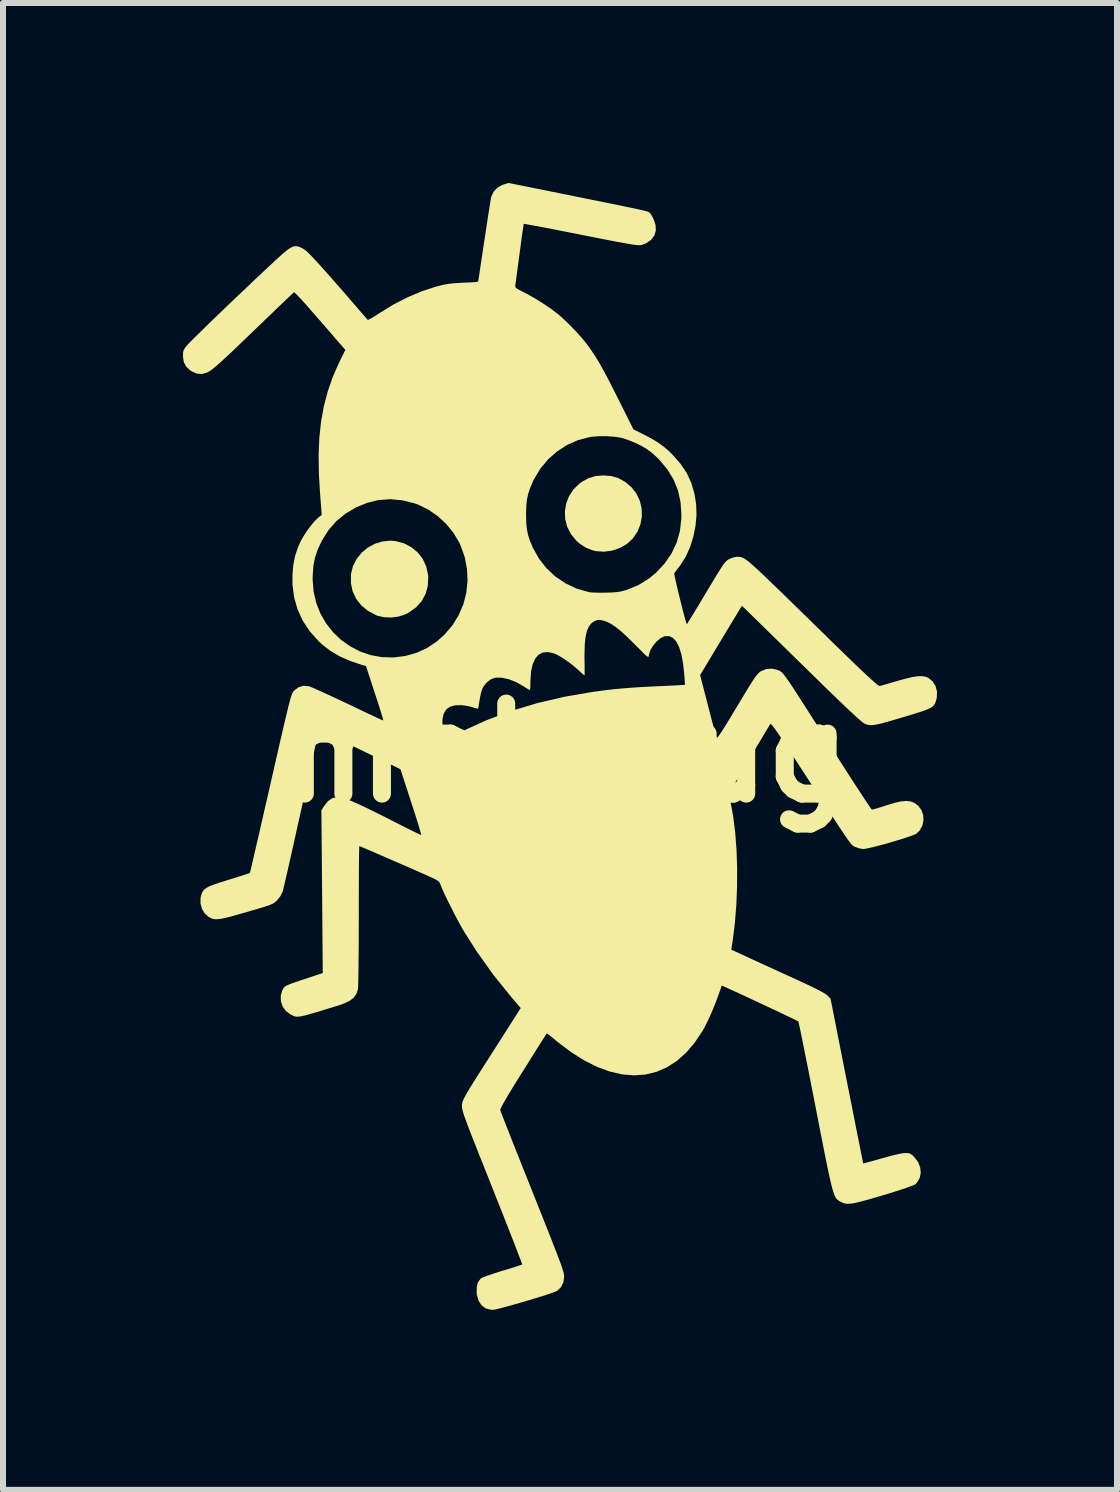
<source format=kicad_pcb>
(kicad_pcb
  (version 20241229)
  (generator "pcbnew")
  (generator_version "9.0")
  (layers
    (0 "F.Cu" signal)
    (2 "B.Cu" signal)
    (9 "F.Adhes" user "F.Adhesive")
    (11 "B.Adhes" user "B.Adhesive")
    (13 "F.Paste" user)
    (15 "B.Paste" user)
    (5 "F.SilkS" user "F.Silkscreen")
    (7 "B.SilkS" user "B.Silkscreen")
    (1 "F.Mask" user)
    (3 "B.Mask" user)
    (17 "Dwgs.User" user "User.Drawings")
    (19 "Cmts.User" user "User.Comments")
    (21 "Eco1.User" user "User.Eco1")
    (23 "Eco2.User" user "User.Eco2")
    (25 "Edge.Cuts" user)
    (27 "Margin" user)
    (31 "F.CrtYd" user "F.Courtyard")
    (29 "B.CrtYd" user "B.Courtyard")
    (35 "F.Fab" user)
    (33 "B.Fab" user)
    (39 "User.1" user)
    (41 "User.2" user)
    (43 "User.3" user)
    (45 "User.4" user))
  (footprint "mot_bug"
    (layer "F.Cu")
    (at 6.388 9.5)
    (property "Reference" "mot_bug" (at 0 0 0) (layer "F.SilkS") (effects (font (size 1.5 1.5) (thickness 0.3))))
    (attr board_only exclude_from_pos_files exclude_from_bom)
    (fp_poly (pts (xy -2.844 -3.531) (xy -2.704 -3.493) (xy -2.58 -3.428) (xy -2.475 -3.341) (xy -2.392 -3.234) (xy -2.334 -3.109) (xy -2.303 -2.971) (xy -2.3 -2.932) (xy -2.307 -2.785) (xy -2.344 -2.65) (xy -2.409 -2.53) (xy -2.502 -2.427) (xy -2.621 -2.341) (xy -2.685 -2.308) (xy -2.792 -2.273) (xy -2.911 -2.257) (xy -3.031 -2.261) (xy -3.14 -2.284) (xy -3.168 -2.295) (xy -3.305 -2.368) (xy -3.417 -2.46) (xy -3.502 -2.569) (xy -3.56 -2.693) (xy -3.589 -2.83) (xy -3.587 -2.977) (xy -3.586 -2.988) (xy -3.554 -3.116) (xy -3.494 -3.233) (xy -3.412 -3.335) (xy -3.311 -3.42) (xy -3.194 -3.484) (xy -3.068 -3.524) (xy -2.935 -3.538)) (stroke (width 0) (type solid)) (fill yes) (layer "F.SilkS"))
    (fp_poly (pts (xy 0.75 -4.615) (xy 0.865 -4.582) (xy 0.975 -4.522) (xy 0.981 -4.519) (xy 1.088 -4.429) (xy 1.17 -4.323) (xy 1.227 -4.203) (xy 1.257 -4.075) (xy 1.261 -3.943) (xy 1.238 -3.812) (xy 1.187 -3.686) (xy 1.108 -3.571) (xy 1.107 -3.57) (xy 1.012 -3.483) (xy 0.897 -3.417) (xy 0.769 -3.373) (xy 0.636 -3.354) (xy 0.504 -3.362) (xy 0.449 -3.374) (xy 0.331 -3.419) (xy 0.228 -3.485) (xy 0.165 -3.541) (xy 0.077 -3.65) (xy 0.016 -3.77) (xy -0.017 -3.897) (xy -0.022 -4.027) (xy -0.001 -4.156) (xy 0.046 -4.278) (xy 0.119 -4.39) (xy 0.217 -4.486) (xy 0.262 -4.519) (xy 0.372 -4.579) (xy 0.486 -4.614) (xy 0.615 -4.625) (xy 0.621 -4.625)) (stroke (width 0) (type solid)) (fill yes) (layer "F.SilkS"))
    (fp_poly (pts (xy 0.107 -9.285) (xy 0.337 -9.238) (xy 0.537 -9.198) (xy 0.709 -9.163) (xy 0.855 -9.133) (xy 0.978 -9.108) (xy 1.08 -9.087) (xy 1.162 -9.07) (xy 1.228 -9.055) (xy 1.278 -9.044) (xy 1.316 -9.034) (xy 1.344 -9.027) (xy 1.362 -9.021) (xy 1.375 -9.015) (xy 1.384 -9.01) (xy 1.389 -9.006) (xy 1.409 -8.981) (xy 1.436 -8.938) (xy 1.454 -8.903) (xy 1.489 -8.802) (xy 1.494 -8.708) (xy 1.469 -8.623) (xy 1.415 -8.552) (xy 1.335 -8.496) (xy 1.259 -8.467) (xy 1.242 -8.464) (xy 1.221 -8.463) (xy 1.193 -8.464) (xy 1.156 -8.467) (xy 1.106 -8.474) (xy 1.042 -8.484) (xy 0.96 -8.499) (xy 0.859 -8.517) (xy 0.735 -8.541) (xy 0.586 -8.57) (xy 0.41 -8.605) (xy 0.246 -8.637) (xy 0.075 -8.671) (xy -0.087 -8.703) (xy -0.235 -8.732) (xy -0.369 -8.758) (xy -0.484 -8.78) (xy -0.578 -8.797) (xy -0.649 -8.81) (xy -0.693 -8.818) (xy -0.707 -8.819) (xy -0.711 -8.802) (xy -0.718 -8.757) (xy -0.728 -8.687) (xy -0.741 -8.597) (xy -0.755 -8.49) (xy -0.771 -8.371) (xy -0.777 -8.325) (xy -0.794 -8.201) (xy -0.809 -8.085) (xy -0.823 -7.983) (xy -0.834 -7.898) (xy -0.843 -7.836) (xy -0.848 -7.8) (xy -0.849 -7.795) (xy -0.85 -7.771) (xy -0.838 -7.751) (xy -0.807 -7.73) (xy -0.763 -7.708) (xy -0.636 -7.642) (xy -0.502 -7.565) (xy -0.369 -7.481) (xy -0.246 -7.397) (xy -0.142 -7.318) (xy -0.123 -7.302) (xy -0.03 -7.219) (xy 0.071 -7.121) (xy 0.171 -7.016) (xy 0.262 -6.915) (xy 0.321 -6.843) (xy 0.376 -6.77) (xy 0.428 -6.696) (xy 0.479 -6.62) (xy 0.531 -6.536) (xy 0.586 -6.441) (xy 0.646 -6.331) (xy 0.714 -6.202) (xy 0.791 -6.05) (xy 0.866 -5.902) (xy 1.12 -5.394) (xy 1.287 -5.31) (xy 1.421 -5.24) (xy 1.531 -5.173) (xy 1.626 -5.104) (xy 1.715 -5.028) (xy 1.767 -4.977) (xy 1.903 -4.823) (xy 2.009 -4.665) (xy 2.087 -4.497) (xy 2.139 -4.314) (xy 2.166 -4.143) (xy 2.172 -3.966) (xy 2.155 -3.782) (xy 2.118 -3.599) (xy 2.062 -3.424) (xy 1.989 -3.264) (xy 1.901 -3.126) (xy 1.883 -3.102) (xy 1.845 -3.055) (xy 1.816 -3.016) (xy 1.801 -2.996) (xy 1.802 -2.977) (xy 1.811 -2.932) (xy 1.825 -2.865) (xy 1.844 -2.782) (xy 1.866 -2.688) (xy 1.891 -2.588) (xy 1.916 -2.487) (xy 1.94 -2.39) (xy 1.963 -2.303) (xy 1.983 -2.23) (xy 1.998 -2.177) (xy 2.008 -2.148) (xy 2.01 -2.145) (xy 2.019 -2.157) (xy 2.042 -2.195) (xy 2.079 -2.253) (xy 2.126 -2.33) (xy 2.182 -2.422) (xy 2.244 -2.526) (xy 2.28 -2.586) (xy 2.368 -2.733) (xy 2.441 -2.854) (xy 2.5 -2.952) (xy 2.549 -3.03) (xy 2.587 -3.091) (xy 2.618 -3.137) (xy 2.644 -3.17) (xy 2.665 -3.193) (xy 2.683 -3.21) (xy 2.702 -3.222) (xy 2.721 -3.232) (xy 2.728 -3.235) (xy 2.781 -3.256) (xy 2.831 -3.268) (xy 2.845 -3.269) (xy 2.868 -3.269) (xy 2.889 -3.268) (xy 2.91 -3.264) (xy 2.933 -3.257) (xy 2.959 -3.245) (xy 2.989 -3.226) (xy 3.025 -3.2) (xy 3.069 -3.164) (xy 3.122 -3.118) (xy 3.185 -3.06) (xy 3.261 -2.99) (xy 3.351 -2.904) (xy 3.456 -2.803) (xy 3.578 -2.685) (xy 3.718 -2.548) (xy 3.879 -2.391) (xy 4.061 -2.214) (xy 4.104 -2.171) (xy 4.293 -1.987) (xy 4.459 -1.824) (xy 4.605 -1.682) (xy 4.732 -1.559) (xy 4.841 -1.454) (xy 4.933 -1.366) (xy 5.01 -1.294) (xy 5.073 -1.236) (xy 5.123 -1.191) (xy 5.162 -1.157) (xy 5.19 -1.135) (xy 5.211 -1.121) (xy 5.223 -1.116) (xy 5.227 -1.116) (xy 5.254 -1.123) (xy 5.307 -1.138) (xy 5.379 -1.158) (xy 5.463 -1.183) (xy 5.525 -1.201) (xy 5.662 -1.239) (xy 5.773 -1.265) (xy 5.863 -1.278) (xy 5.935 -1.279) (xy 5.994 -1.269) (xy 6.041 -1.248) (xy 6.11 -1.19) (xy 6.158 -1.112) (xy 6.181 -1.021) (xy 6.178 -0.925) (xy 6.171 -0.893) (xy 6.159 -0.853) (xy 6.146 -0.82) (xy 6.127 -0.792) (xy 6.101 -0.768) (xy 6.062 -0.745) (xy 6.008 -0.721) (xy 5.936 -0.694) (xy 5.84 -0.664) (xy 5.719 -0.626) (xy 5.639 -0.602) (xy 5.491 -0.558) (xy 5.37 -0.523) (xy 5.273 -0.496) (xy 5.196 -0.478) (xy 5.135 -0.467) (xy 5.087 -0.463) (xy 5.048 -0.464) (xy 5.014 -0.472) (xy 4.981 -0.484) (xy 4.975 -0.487) (xy 4.954 -0.5) (xy 4.919 -0.527) (xy 4.871 -0.569) (xy 4.807 -0.627) (xy 4.727 -0.701) (xy 4.629 -0.794) (xy 4.513 -0.905) (xy 4.378 -1.035) (xy 4.223 -1.187) (xy 4.046 -1.36) (xy 3.917 -1.486) (xy 2.93 -2.453) (xy 2.886 -2.383) (xy 2.868 -2.353) (xy 2.835 -2.298) (xy 2.789 -2.223) (xy 2.734 -2.131) (xy 2.67 -2.026) (xy 2.601 -1.911) (xy 2.537 -1.805) (xy 2.232 -1.297) (xy 2.363 -0.791) (xy 2.395 -0.667) (xy 2.425 -0.551) (xy 2.452 -0.449) (xy 2.475 -0.365) (xy 2.492 -0.301) (xy 2.503 -0.264) (xy 2.506 -0.255) (xy 2.512 -0.253) (xy 2.526 -0.264) (xy 2.548 -0.292) (xy 2.579 -0.337) (xy 2.621 -0.402) (xy 2.675 -0.489) (xy 2.743 -0.6) (xy 2.825 -0.737) (xy 2.845 -0.769) (xy 2.929 -0.909) (xy 2.998 -1.024) (xy 3.055 -1.116) (xy 3.1 -1.188) (xy 3.137 -1.244) (xy 3.167 -1.285) (xy 3.192 -1.315) (xy 3.213 -1.337) (xy 3.233 -1.353) (xy 3.243 -1.359) (xy 3.333 -1.398) (xy 3.429 -1.405) (xy 3.527 -1.382) (xy 3.556 -1.369) (xy 3.569 -1.361) (xy 3.583 -1.351) (xy 3.599 -1.337) (xy 3.618 -1.317) (xy 3.64 -1.289) (xy 3.668 -1.251) (xy 3.703 -1.202) (xy 3.745 -1.14) (xy 3.796 -1.063) (xy 3.858 -0.968) (xy 3.93 -0.855) (xy 4.016 -0.722) (xy 4.115 -0.566) (xy 4.23 -0.387) (xy 4.351 -0.196) (xy 4.462 -0.022) (xy 4.569 0.145) (xy 4.669 0.301) (xy 4.762 0.446) (xy 4.847 0.576) (xy 4.921 0.689) (xy 4.984 0.785) (xy 5.034 0.86) (xy 5.07 0.912) (xy 5.09 0.94) (xy 5.095 0.944) (xy 5.117 0.941) (xy 5.164 0.929) (xy 5.23 0.909) (xy 5.308 0.884) (xy 5.336 0.875) (xy 5.468 0.834) (xy 5.577 0.809) (xy 5.665 0.801) (xy 5.739 0.808) (xy 5.801 0.832) (xy 5.858 0.872) (xy 5.866 0.88) (xy 5.92 0.951) (xy 5.95 1.036) (xy 5.955 1.126) (xy 5.935 1.215) (xy 5.892 1.293) (xy 5.838 1.346) (xy 5.806 1.362) (xy 5.748 1.384) (xy 5.669 1.411) (xy 5.576 1.441) (xy 5.472 1.472) (xy 5.365 1.504) (xy 5.259 1.533) (xy 5.159 1.559) (xy 5.072 1.58) (xy 5.003 1.595) (xy 4.958 1.602) (xy 4.952 1.602) (xy 4.896 1.594) (xy 4.834 1.574) (xy 4.814 1.565) (xy 4.803 1.56) (xy 4.792 1.555) (xy 4.783 1.55) (xy 4.773 1.542) (xy 4.76 1.531) (xy 4.746 1.514) (xy 4.727 1.49) (xy 4.703 1.457) (xy 4.673 1.414) (xy 4.635 1.36) (xy 4.589 1.291) (xy 4.534 1.208) (xy 4.468 1.107) (xy 4.391 0.989) (xy 4.3 0.851) (xy 4.196 0.691) (xy 4.077 0.508) (xy 3.942 0.3) (xy 3.846 0.152) (xy 3.746 -0.001) (xy 3.663 -0.129) (xy 3.594 -0.233) (xy 3.538 -0.316) (xy 3.494 -0.379) (xy 3.46 -0.425) (xy 3.436 -0.456) (xy 3.418 -0.474) (xy 3.407 -0.481) (xy 3.4 -0.478) (xy 3.399 -0.477) (xy 3.387 -0.458) (xy 3.36 -0.413) (xy 3.32 -0.346) (xy 3.269 -0.261) (xy 3.209 -0.161) (xy 3.141 -0.048) (xy 3.069 0.074) (xy 3.044 0.115) (xy 2.709 0.679) (xy 2.739 0.818) (xy 2.784 1.061) (xy 2.817 1.329) (xy 2.839 1.616) (xy 2.849 1.916) (xy 2.848 2.222) (xy 2.836 2.53) (xy 2.812 2.831) (xy 2.776 3.122) (xy 2.762 3.213) (xy 2.751 3.279) (xy 2.994 3.391) (xy 3.068 3.426) (xy 3.167 3.471) (xy 3.284 3.525) (xy 3.414 3.584) (xy 3.551 3.647) (xy 3.689 3.71) (xy 3.767 3.745) (xy 3.925 3.818) (xy 4.056 3.879) (xy 4.16 3.93) (xy 4.24 3.971) (xy 4.299 4.004) (xy 4.337 4.029) (xy 4.351 4.041) (xy 4.406 4.096) (xy 4.677 5.468) (xy 4.718 5.675) (xy 4.758 5.872) (xy 4.794 6.058) (xy 4.828 6.23) (xy 4.859 6.385) (xy 4.886 6.521) (xy 4.909 6.637) (xy 4.928 6.729) (xy 4.941 6.796) (xy 4.949 6.834) (xy 4.951 6.843) (xy 4.967 6.84) (xy 5.009 6.829) (xy 5.073 6.811) (xy 5.154 6.789) (xy 5.247 6.762) (xy 5.263 6.758) (xy 5.38 6.725) (xy 5.484 6.699) (xy 5.569 6.68) (xy 5.631 6.67) (xy 5.653 6.669) (xy 5.701 6.671) (xy 5.737 6.682) (xy 5.772 6.708) (xy 5.803 6.738) (xy 5.865 6.819) (xy 5.9 6.908) (xy 5.91 6.998) (xy 5.892 7.085) (xy 5.847 7.162) (xy 5.824 7.187) (xy 5.798 7.202) (xy 5.745 7.223) (xy 5.67 7.25) (xy 5.577 7.281) (xy 5.472 7.315) (xy 5.359 7.35) (xy 5.242 7.385) (xy 5.127 7.419) (xy 5.018 7.45) (xy 4.919 7.476) (xy 4.837 7.496) (xy 4.774 7.51) (xy 4.747 7.513) (xy 4.682 7.516) (xy 4.631 7.507) (xy 4.588 7.488) (xy 4.565 7.476) (xy 4.545 7.465) (xy 4.527 7.453) (xy 4.51 7.437) (xy 4.494 7.416) (xy 4.479 7.387) (xy 4.463 7.349) (xy 4.447 7.3) (xy 4.429 7.237) (xy 4.41 7.158) (xy 4.388 7.063) (xy 4.363 6.948) (xy 4.335 6.812) (xy 4.303 6.652) (xy 4.267 6.467) (xy 4.225 6.255) (xy 4.178 6.014) (xy 4.157 5.905) (xy 4.116 5.695) (xy 4.076 5.493) (xy 4.039 5.303) (xy 4.004 5.127) (xy 3.972 4.967) (xy 3.943 4.826) (xy 3.919 4.705) (xy 3.899 4.607) (xy 3.883 4.535) (xy 3.873 4.49) (xy 3.869 4.475) (xy 3.853 4.467) (xy 3.81 4.446) (xy 3.745 4.414) (xy 3.662 4.375) (xy 3.565 4.328) (xy 3.456 4.277) (xy 3.34 4.223) (xy 3.221 4.167) (xy 3.102 4.111) (xy 2.987 4.057) (xy 2.879 4.008) (xy 2.784 3.964) (xy 2.703 3.927) (xy 2.703 3.927) (xy 2.594 3.877) (xy 2.541 4.027) (xy 2.485 4.178) (xy 2.423 4.328) (xy 2.36 4.467) (xy 2.299 4.587) (xy 2.27 4.637) (xy 2.139 4.834) (xy 1.996 5) (xy 1.843 5.135) (xy 1.679 5.241) (xy 1.505 5.316) (xy 1.322 5.361) (xy 1.132 5.375) (xy 0.934 5.359) (xy 0.729 5.312) (xy 0.518 5.235) (xy 0.302 5.127) (xy 0.082 4.988) (xy -0.143 4.819) (xy -0.225 4.75) (xy -0.27 4.713) (xy -0.306 4.686) (xy -0.324 4.676) (xy -0.325 4.676) (xy -0.335 4.691) (xy -0.36 4.731) (xy -0.399 4.792) (xy -0.451 4.873) (xy -0.512 4.971) (xy -0.582 5.082) (xy -0.658 5.204) (xy -0.719 5.301) (xy -0.821 5.463) (xy -0.905 5.6) (xy -0.973 5.712) (xy -1.025 5.802) (xy -1.063 5.869) (xy -1.087 5.917) (xy -1.099 5.946) (xy -1.099 5.955) (xy -1.092 5.975) (xy -1.074 6.023) (xy -1.045 6.097) (xy -1.007 6.195) (xy -0.96 6.314) (xy -0.906 6.452) (xy -0.845 6.607) (xy -0.777 6.777) (xy -0.705 6.959) (xy -0.628 7.151) (xy -0.563 7.314) (xy -0.47 7.548) (xy -0.388 7.754) (xy -0.317 7.933) (xy -0.255 8.088) (xy -0.204 8.221) (xy -0.16 8.333) (xy -0.125 8.426) (xy -0.096 8.503) (xy -0.074 8.565) (xy -0.058 8.615) (xy -0.046 8.654) (xy -0.039 8.684) (xy -0.035 8.708) (xy -0.034 8.727) (xy -0.034 8.728) (xy -0.047 8.823) (xy -0.086 8.904) (xy -0.149 8.965) (xy -0.151 8.966) (xy -0.181 8.98) (xy -0.238 9.001) (xy -0.317 9.028) (xy -0.413 9.059) (xy -0.52 9.092) (xy -0.635 9.127) (xy -0.752 9.161) (xy -0.866 9.194) (xy -0.973 9.224) (xy -1.068 9.249) (xy -1.145 9.269) (xy -1.2 9.28) (xy -1.224 9.284) (xy -1.284 9.276) (xy -1.34 9.259) (xy -1.346 9.256) (xy -1.414 9.205) (xy -1.462 9.129) (xy -1.489 9.032) (xy -1.493 8.99) (xy -1.491 8.898) (xy -1.472 8.827) (xy -1.433 8.771) (xy -1.42 8.758) (xy -1.395 8.745) (xy -1.345 8.725) (xy -1.273 8.7) (xy -1.186 8.671) (xy -1.088 8.64) (xy -1.066 8.633) (xy -0.968 8.604) (xy -0.882 8.577) (xy -0.811 8.554) (xy -0.761 8.538) (xy -0.736 8.529) (xy -0.734 8.528) (xy -0.738 8.512) (xy -0.754 8.467) (xy -0.781 8.397) (xy -0.817 8.304) (xy -0.861 8.188) (xy -0.914 8.054) (xy -0.973 7.903) (xy -1.038 7.737) (xy -1.109 7.558) (xy -1.184 7.37) (xy -1.235 7.24) (xy -1.325 7.013) (xy -1.404 6.815) (xy -1.473 6.642) (xy -1.531 6.494) (xy -1.581 6.368) (xy -1.622 6.262) (xy -1.655 6.174) (xy -1.681 6.102) (xy -1.702 6.044) (xy -1.717 5.998) (xy -1.727 5.962) (xy -1.734 5.934) (xy -1.737 5.911) (xy -1.738 5.892) (xy -1.738 5.875) (xy -1.738 5.87) (xy -1.735 5.849) (xy -1.732 5.828) (xy -1.724 5.804) (xy -1.712 5.776) (xy -1.695 5.74) (xy -1.669 5.694) (xy -1.635 5.635) (xy -1.591 5.562) (xy -1.535 5.472) (xy -1.466 5.363) (xy -1.382 5.232) (xy -1.283 5.076) (xy -1.244 5.015) (xy -0.758 4.253) (xy -0.92 4.064) (xy -1.214 3.7) (xy -1.492 3.309) (xy -1.7 2.982) (xy -1.745 2.905) (xy -1.797 2.81) (xy -1.854 2.703) (xy -1.911 2.59) (xy -1.967 2.479) (xy -2.017 2.376) (xy -2.058 2.287) (xy -2.087 2.218) (xy -2.091 2.206) (xy -2.103 2.177) (xy -2.115 2.154) (xy -2.135 2.135) (xy -2.166 2.115) (xy -2.214 2.091) (xy -2.284 2.059) (xy -2.334 2.036) (xy -2.447 1.987) (xy -2.568 1.933) (xy -2.694 1.878) (xy -2.821 1.823) (xy -2.946 1.769) (xy -3.064 1.717) (xy -3.173 1.67) (xy -3.269 1.629) (xy -3.348 1.595) (xy -3.406 1.57) (xy -3.441 1.556) (xy -3.449 1.553) (xy -3.45 1.569) (xy -3.451 1.615) (xy -3.453 1.688) (xy -3.454 1.787) (xy -3.455 1.907) (xy -3.456 2.048) (xy -3.456 2.205) (xy -3.457 2.378) (xy -3.457 2.562) (xy -3.457 2.717) (xy -3.458 2.911) (xy -3.458 3.097) (xy -3.459 3.271) (xy -3.461 3.432) (xy -3.462 3.576) (xy -3.464 3.7) (xy -3.466 3.802) (xy -3.468 3.88) (xy -3.471 3.929) (xy -3.473 3.946) (xy -3.499 4.02) (xy -3.543 4.081) (xy -3.609 4.132) (xy -3.7 4.176) (xy -3.798 4.21) (xy -3.961 4.26) (xy -4.096 4.302) (xy -4.206 4.335) (xy -4.295 4.36) (xy -4.364 4.378) (xy -4.419 4.39) (xy -4.461 4.396) (xy -4.493 4.397) (xy -4.52 4.393) (xy -4.545 4.384) (xy -4.569 4.373) (xy -4.597 4.358) (xy -4.597 4.358) (xy -4.674 4.301) (xy -4.728 4.226) (xy -4.756 4.14) (xy -4.758 4.048) (xy -4.732 3.957) (xy -4.716 3.927) (xy -4.703 3.909) (xy -4.684 3.893) (xy -4.657 3.876) (xy -4.615 3.858) (xy -4.555 3.835) (xy -4.472 3.807) (xy -4.371 3.773) (xy -4.058 3.669) (xy -4.069 2.313) (xy -4.081 0.956) (xy -4.031 0.879) (xy -3.968 0.801) (xy -3.898 0.755) (xy -3.817 0.736) (xy -3.799 0.736) (xy -3.759 0.74) (xy -3.706 0.754) (xy -3.637 0.779) (xy -3.55 0.815) (xy -3.443 0.862) (xy -3.315 0.923) (xy -3.163 0.998) (xy -2.985 1.087) (xy -2.854 1.154) (xy -2.746 1.209) (xy -2.646 1.259) (xy -2.56 1.302) (xy -2.491 1.335) (xy -2.443 1.358) (xy -2.418 1.367) (xy -2.416 1.367) (xy -2.419 1.351) (xy -2.432 1.307) (xy -2.452 1.238) (xy -2.479 1.15) (xy -2.512 1.045) (xy -2.55 0.927) (xy -2.586 0.816) (xy -2.763 0.272) (xy -3.441 -0.058) (xy -4.119 -0.388) (xy -4.139 -0.304) (xy -4.146 -0.275) (xy -4.159 -0.217) (xy -4.178 -0.132) (xy -4.202 -0.023) (xy -4.231 0.108) (xy -4.264 0.256) (xy -4.301 0.421) (xy -4.34 0.599) (xy -4.382 0.788) (xy -4.425 0.984) (xy -4.43 1.005) (xy -4.474 1.202) (xy -4.516 1.392) (xy -4.556 1.571) (xy -4.593 1.737) (xy -4.627 1.887) (xy -4.657 2.019) (xy -4.683 2.13) (xy -4.703 2.217) (xy -4.718 2.278) (xy -4.726 2.31) (xy -4.727 2.311) (xy -4.765 2.39) (xy -4.82 2.458) (xy -4.841 2.478) (xy -4.862 2.495) (xy -4.887 2.511) (xy -4.92 2.526) (xy -4.966 2.544) (xy -5.028 2.564) (xy -5.109 2.589) (xy -5.215 2.62) (xy -5.332 2.654) (xy -5.474 2.695) (xy -5.589 2.727) (xy -5.68 2.75) (xy -5.752 2.765) (xy -5.809 2.772) (xy -5.853 2.772) (xy -5.891 2.766) (xy -5.924 2.753) (xy -5.958 2.734) (xy -5.966 2.73) (xy -6.028 2.673) (xy -6.072 2.597) (xy -6.096 2.508) (xy -6.095 2.418) (xy -6.089 2.388) (xy -6.075 2.344) (xy -6.058 2.308) (xy -6.033 2.277) (xy -5.997 2.25) (xy -5.945 2.223) (xy -5.874 2.195) (xy -5.78 2.163) (xy -5.66 2.125) (xy -5.631 2.116) (xy -5.53 2.085) (xy -5.439 2.056) (xy -5.364 2.032) (xy -5.309 2.014) (xy -5.278 2.004) (xy -5.273 2.002) (xy -5.269 1.985) (xy -5.257 1.939) (xy -5.24 1.865) (xy -5.217 1.766) (xy -5.189 1.644) (xy -5.156 1.502) (xy -5.118 1.341) (xy -5.078 1.163) (xy -5.034 0.971) (xy -4.987 0.768) (xy -4.938 0.555) (xy -4.927 0.505) (xy -4.87 0.254) (xy -4.819 0.032) (xy -4.775 -0.161) (xy -4.736 -0.329) (xy -4.703 -0.472) (xy -4.674 -0.594) (xy -4.65 -0.695) (xy -4.63 -0.779) (xy -4.612 -0.846) (xy -4.598 -0.9) (xy -4.585 -0.941) (xy -4.574 -0.972) (xy -4.565 -0.995) (xy -4.556 -1.012) (xy -4.548 -1.024) (xy -4.539 -1.035) (xy -4.534 -1.04) (xy -4.46 -1.095) (xy -4.378 -1.119) (xy -4.289 -1.111) (xy -4.286 -1.11) (xy -4.256 -1.099) (xy -4.201 -1.076) (xy -4.123 -1.041) (xy -4.026 -0.997) (xy -3.915 -0.946) (xy -3.793 -0.889) (xy -3.663 -0.827) (xy -3.638 -0.816) (xy -3.51 -0.755) (xy -3.392 -0.698) (xy -3.286 -0.648) (xy -3.195 -0.606) (xy -3.124 -0.573) (xy -3.075 -0.55) (xy -3.051 -0.54) (xy -3.05 -0.539) (xy -3.051 -0.548) (xy -2.064 -0.548) (xy -2.062 -0.466) (xy -2.053 -0.398) (xy -2.039 -0.334) (xy -2.023 -0.28) (xy -2.006 -0.244) (xy -1.991 -0.232) (xy -1.989 -0.232) (xy -1.972 -0.241) (xy -1.93 -0.262) (xy -1.868 -0.293) (xy -1.793 -0.331) (xy -1.724 -0.365) (xy -1.328 -0.545) (xy -0.911 -0.701) (xy -0.475 -0.832) (xy -0.017 -0.938) (xy 0.462 -1.02) (xy 0.523 -1.028) (xy 0.66 -1.046) (xy 0.789 -1.061) (xy 0.917 -1.073) (xy 1.05 -1.084) (xy 1.195 -1.094) (xy 1.359 -1.103) (xy 1.549 -1.113) (xy 1.561 -1.113) (xy 1.674 -1.118) (xy 1.775 -1.123) (xy 1.861 -1.127) (xy 1.926 -1.131) (xy 1.967 -1.133) (xy 1.979 -1.134) (xy 1.979 -1.15) (xy 1.976 -1.192) (xy 1.972 -1.253) (xy 1.967 -1.316) (xy 1.947 -1.495) (xy 1.919 -1.646) (xy 1.881 -1.766) (xy 1.834 -1.857) (xy 1.779 -1.918) (xy 1.716 -1.947) (xy 1.644 -1.945) (xy 1.635 -1.943) (xy 1.571 -1.912) (xy 1.507 -1.857) (xy 1.449 -1.788) (xy 1.404 -1.713) (xy 1.379 -1.64) (xy 1.376 -1.62) (xy 1.374 -1.606) (xy 1.367 -1.601) (xy 1.352 -1.607) (xy 1.327 -1.626) (xy 1.289 -1.661) (xy 1.236 -1.715) (xy 1.163 -1.788) (xy 1.136 -1.815) (xy 1.018 -1.932) (xy 0.917 -2.025) (xy 0.829 -2.096) (xy 0.751 -2.149) (xy 0.679 -2.185) (xy 0.613 -2.206) (xy 0.56 -2.217) (xy 0.521 -2.215) (xy 0.481 -2.201) (xy 0.471 -2.196) (xy 0.418 -2.159) (xy 0.376 -2.104) (xy 0.344 -2.029) (xy 0.322 -1.93) (xy 0.309 -1.807) (xy 0.305 -1.655) (xy 0.305 -1.56) (xy 0.307 -1.47) (xy 0.307 -1.393) (xy 0.307 -1.334) (xy 0.306 -1.299) (xy 0.304 -1.291) (xy 0.291 -1.302) (xy 0.259 -1.329) (xy 0.215 -1.369) (xy 0.197 -1.386) (xy 0.115 -1.457) (xy 0.024 -1.526) (xy -0.066 -1.587) (xy -0.148 -1.634) (xy -0.205 -1.659) (xy -0.303 -1.681) (xy -0.388 -1.674) (xy -0.459 -1.638) (xy -0.516 -1.573) (xy -0.558 -1.481) (xy -0.585 -1.361) (xy -0.596 -1.215) (xy -0.597 -1.184) (xy -0.597 -1.122) (xy -0.6 -1.074) (xy -0.603 -1.048) (xy -0.604 -1.046) (xy -0.621 -1.054) (xy -0.657 -1.076) (xy -0.706 -1.107) (xy -0.712 -1.111) (xy -0.835 -1.18) (xy -0.956 -1.228) (xy -1.07 -1.253) (xy -1.172 -1.255) (xy -1.192 -1.252) (xy -1.259 -1.225) (xy -1.323 -1.175) (xy -1.376 -1.11) (xy -1.399 -1.068) (xy -1.416 -1.017) (xy -1.432 -0.948) (xy -1.445 -0.875) (xy -1.446 -0.872) (xy -1.455 -0.812) (xy -1.463 -0.765) (xy -1.469 -0.741) (xy -1.47 -0.739) (xy -1.488 -0.74) (xy -1.527 -0.75) (xy -1.556 -0.759) (xy -1.615 -0.775) (xy -1.689 -0.789) (xy -1.75 -0.796) (xy -1.858 -0.793) (xy -1.943 -0.767) (xy -2.006 -0.718) (xy -2.046 -0.644) (xy -2.064 -0.548) (xy -3.051 -0.548) (xy -3.052 -0.554) (xy -3.063 -0.596) (xy -3.083 -0.662) (xy -3.109 -0.747) (xy -3.141 -0.847) (xy -3.178 -0.959) (xy -3.189 -0.993) (xy -3.337 -1.447) (xy -3.409 -1.468) (xy -3.607 -1.535) (xy -3.778 -1.611) (xy -3.928 -1.699) (xy -4.062 -1.802) (xy -4.126 -1.861) (xy -4.275 -2.027) (xy -4.392 -2.205) (xy -4.479 -2.394) (xy -4.536 -2.596) (xy -4.563 -2.81) (xy -4.563 -2.893) (xy -4.227 -2.893) (xy -4.211 -2.691) (xy -4.167 -2.501) (xy -4.097 -2.322) (xy -4.002 -2.159) (xy -3.886 -2.012) (xy -3.752 -1.883) (xy -3.6 -1.776) (xy -3.435 -1.69) (xy -3.258 -1.63) (xy -3.071 -1.596) (xy -2.877 -1.591) (xy -2.681 -1.616) (xy -2.489 -1.67) (xy -2.315 -1.751) (xy -2.153 -1.861) (xy -2.028 -1.973) (xy -1.896 -2.127) (xy -1.792 -2.297) (xy -1.714 -2.479) (xy -1.665 -2.67) (xy -1.645 -2.867) (xy -1.654 -3.066) (xy -1.692 -3.265) (xy -1.761 -3.458) (xy -1.783 -3.506) (xy -1.879 -3.667) (xy -1.999 -3.815) (xy -2.14 -3.946) (xy -2.178 -3.972) (xy -0.669 -3.972) (xy -0.666 -3.841) (xy -0.656 -3.733) (xy -0.637 -3.636) (xy -0.606 -3.54) (xy -0.562 -3.435) (xy -0.556 -3.421) (xy -0.455 -3.24) (xy -0.329 -3.079) (xy -0.182 -2.941) (xy -0.014 -2.828) (xy 0.171 -2.74) (xy 0.373 -2.681) (xy 0.376 -2.68) (xy 0.417 -2.675) (xy 0.482 -2.672) (xy 0.563 -2.67) (xy 0.651 -2.671) (xy 0.662 -2.671) (xy 0.762 -2.674) (xy 0.838 -2.68) (xy 0.901 -2.689) (xy 0.96 -2.703) (xy 1.013 -2.719) (xy 1.203 -2.797) (xy 1.374 -2.902) (xy 1.498 -3.004) (xy 1.643 -3.16) (xy 1.757 -3.327) (xy 1.841 -3.506) (xy 1.895 -3.697) (xy 1.919 -3.901) (xy 1.92 -3.972) (xy 1.906 -4.181) (xy 1.863 -4.375) (xy 1.79 -4.556) (xy 1.687 -4.725) (xy 1.554 -4.884) (xy 1.497 -4.94) (xy 1.417 -5.011) (xy 1.34 -5.067) (xy 1.254 -5.117) (xy 1.198 -5.146) (xy 1.115 -5.183) (xy 1.028 -5.217) (xy 0.95 -5.244) (xy 0.91 -5.254) (xy 0.8 -5.271) (xy 0.673 -5.279) (xy 0.542 -5.279) (xy 0.423 -5.269) (xy 0.383 -5.263) (xy 0.193 -5.212) (xy 0.013 -5.132) (xy -0.152 -5.025) (xy -0.301 -4.894) (xy -0.429 -4.741) (xy -0.533 -4.569) (xy -0.555 -4.525) (xy -0.601 -4.417) (xy -0.633 -4.321) (xy -0.654 -4.225) (xy -0.665 -4.119) (xy -0.669 -3.993) (xy -0.669 -3.972) (xy -2.178 -3.972) (xy -2.296 -4.054) (xy -2.462 -4.136) (xy -2.532 -4.161) (xy -2.735 -4.211) (xy -2.933 -4.229) (xy -3.126 -4.215) (xy -3.316 -4.169) (xy -3.498 -4.095) (xy -3.676 -3.99) (xy -3.832 -3.863) (xy -3.964 -3.712) (xy -4.072 -3.539) (xy -4.076 -3.531) (xy -4.142 -3.39) (xy -4.187 -3.256) (xy -4.214 -3.12) (xy -4.225 -2.968) (xy -4.227 -2.893) (xy -4.563 -2.893) (xy -4.563 -2.967) (xy -4.549 -3.132) (xy -4.521 -3.278) (xy -4.475 -3.417) (xy -4.425 -3.53) (xy -4.379 -3.612) (xy -4.321 -3.701) (xy -4.257 -3.787) (xy -4.194 -3.862) (xy -4.137 -3.918) (xy -4.128 -3.926) (xy -4.075 -3.967) (xy -4.103 -4.324) (xy -4.123 -4.658) (xy -4.127 -4.967) (xy -4.115 -5.254) (xy -4.086 -5.524) (xy -4.04 -5.778) (xy -3.976 -6.022) (xy -3.894 -6.26) (xy -3.792 -6.493) (xy -3.764 -6.551) (xy -3.681 -6.719) (xy -3.714 -6.755) (xy -3.734 -6.778) (xy -3.772 -6.822) (xy -3.824 -6.881) (xy -3.886 -6.953) (xy -3.954 -7.032) (xy -3.972 -7.053) (xy -4.111 -7.213) (xy -4.23 -7.349) (xy -4.328 -7.461) (xy -4.407 -7.549) (xy -4.467 -7.614) (xy -4.508 -7.656) (xy -4.532 -7.676) (xy -4.537 -7.678) (xy -4.55 -7.667) (xy -4.585 -7.634) (xy -4.639 -7.583) (xy -4.709 -7.517) (xy -4.794 -7.436) (xy -4.89 -7.343) (xy -4.996 -7.242) (xy -5.109 -7.132) (xy -5.118 -7.124) (xy -5.274 -6.974) (xy -5.408 -6.845) (xy -5.523 -6.735) (xy -5.62 -6.643) (xy -5.702 -6.567) (xy -5.769 -6.506) (xy -5.825 -6.456) (xy -5.871 -6.418) (xy -5.909 -6.388) (xy -5.94 -6.366) (xy -5.968 -6.35) (xy -5.987 -6.34) (xy -6.073 -6.315) (xy -6.16 -6.323) (xy -6.248 -6.362) (xy -6.266 -6.375) (xy -6.333 -6.437) (xy -6.373 -6.51) (xy -6.388 -6.601) (xy -6.388 -6.621) (xy -6.386 -6.677) (xy -6.375 -6.717) (xy -6.351 -6.756) (xy -6.324 -6.79) (xy -6.296 -6.82) (xy -6.247 -6.871) (xy -6.178 -6.939) (xy -6.091 -7.024) (xy -5.99 -7.124) (xy -5.875 -7.235) (xy -5.749 -7.356) (xy -5.614 -7.486) (xy -5.472 -7.621) (xy -5.325 -7.76) (xy -5.176 -7.902) (xy -5.026 -8.043) (xy -4.977 -8.089) (xy -4.867 -8.192) (xy -4.776 -8.275) (xy -4.703 -8.339) (xy -4.645 -8.386) (xy -4.597 -8.418) (xy -4.558 -8.438) (xy -4.524 -8.446) (xy -4.492 -8.446) (xy -4.459 -8.438) (xy -4.446 -8.434) (xy -4.397 -8.411) (xy -4.342 -8.374) (xy -4.319 -8.354) (xy -4.276 -8.313) (xy -4.214 -8.248) (xy -4.134 -8.162) (xy -4.039 -8.056) (xy -3.929 -7.932) (xy -3.806 -7.792) (xy -3.671 -7.638) (xy -3.597 -7.551) (xy -3.522 -7.465) (xy -3.454 -7.386) (xy -3.396 -7.318) (xy -3.35 -7.266) (xy -3.321 -7.232) (xy -3.31 -7.219) (xy -3.293 -7.223) (xy -3.254 -7.243) (xy -3.199 -7.275) (xy -3.133 -7.317) (xy -3.112 -7.331) (xy -2.883 -7.472) (xy -2.644 -7.595) (xy -2.403 -7.696) (xy -2.166 -7.774) (xy -2.035 -7.806) (xy -1.97 -7.817) (xy -1.883 -7.827) (xy -1.787 -7.834) (xy -1.692 -7.839) (xy -1.611 -7.842) (xy -1.543 -7.846) (xy -1.493 -7.851) (xy -1.469 -7.856) (xy -1.468 -7.857) (xy -1.465 -7.876) (xy -1.457 -7.923) (xy -1.446 -7.996) (xy -1.432 -8.091) (xy -1.415 -8.204) (xy -1.395 -8.332) (xy -1.375 -8.472) (xy -1.364 -8.54) (xy -1.342 -8.687) (xy -1.321 -8.825) (xy -1.302 -8.952) (xy -1.284 -9.063) (xy -1.27 -9.154) (xy -1.258 -9.223) (xy -1.25 -9.264) (xy -1.249 -9.272) (xy -1.211 -9.354) (xy -1.148 -9.421) (xy -1.065 -9.468) (xy -1.048 -9.473) (xy -0.962 -9.5)) (stroke (width 0) (type solid)) (fill yes) (layer "F.SilkS")))
  (gr_rect
    (start -3 -3)
    (end 15.569 21.784)
    (stroke (width 0.1) (type default))
    (fill no)
    (layer "Edge.Cuts")))
</source>
